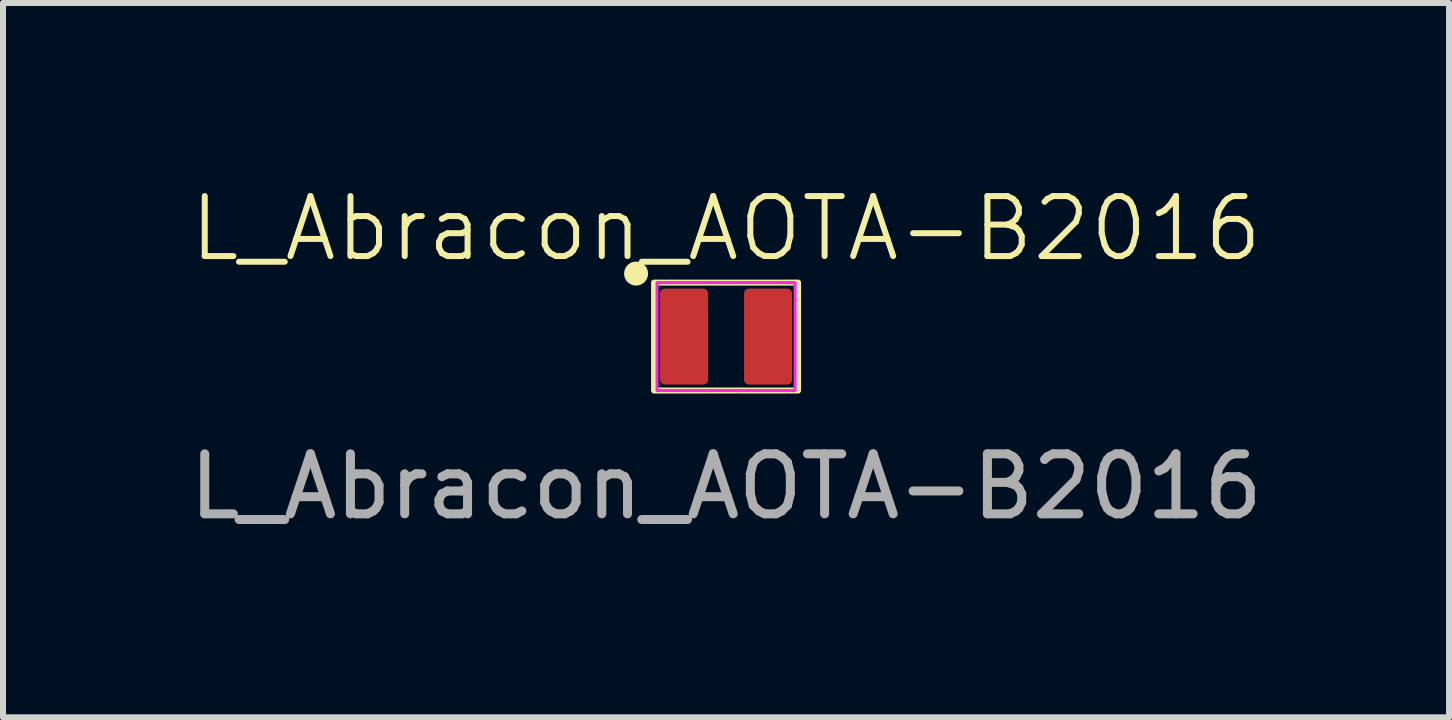
<source format=kicad_pcb>
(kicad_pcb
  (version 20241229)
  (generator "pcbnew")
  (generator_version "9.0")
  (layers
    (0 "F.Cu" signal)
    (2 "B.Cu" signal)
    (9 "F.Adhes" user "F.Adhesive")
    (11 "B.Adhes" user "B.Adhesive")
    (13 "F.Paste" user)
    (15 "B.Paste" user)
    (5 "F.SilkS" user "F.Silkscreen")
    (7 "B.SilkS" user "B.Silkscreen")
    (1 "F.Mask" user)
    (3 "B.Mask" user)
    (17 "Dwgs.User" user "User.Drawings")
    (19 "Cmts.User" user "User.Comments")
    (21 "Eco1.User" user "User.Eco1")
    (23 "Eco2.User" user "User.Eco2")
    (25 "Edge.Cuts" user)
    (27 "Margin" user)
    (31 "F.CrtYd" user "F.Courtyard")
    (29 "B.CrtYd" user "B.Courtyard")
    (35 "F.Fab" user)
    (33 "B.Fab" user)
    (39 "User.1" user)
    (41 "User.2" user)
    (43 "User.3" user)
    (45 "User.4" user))
  (footprint "L_Abracon_AOTA-B2016"
    (layer "F.Cu")
    (at 9.054 2.561)
    (property "Reference" "L_Abracon_AOTA-B2016" (at 0 -1.8 0) (unlocked yes) (layer "F.SilkS") (effects (font (size 1 1) (thickness 0.1))))
    (attr smd)
    (fp_rect (start -1.2 -0.9) (end 1.2 0.9) (stroke (width 0.1) (type solid)) (fill no) (layer "F.SilkS"))
    (fp_circle (center -1.5 -1.05) (end -1.65 -1.05) (stroke (width 0.1) (type solid)) (fill yes) (layer "F.SilkS"))
    (fp_rect (start -1.15 -0.9) (end 1.15 0.9) (stroke (width 0.05) (type default)) (fill no) (layer "F.CrtYd"))
    (fp_text user "${REFERENCE}" (at 0 2.5 0) (unlocked yes) (layer "F.Fab") (effects (font (size 1 1) (thickness 0.15))))
    (pad "1" smd roundrect (at -0.7 0) (size 0.8 1.6) (layers "F.Cu" "F.Mask" "F.Paste") (roundrect_rratio 0.1))
    (pad "2" smd roundrect (at 0.7 0) (size 0.8 1.6) (layers "F.Cu" "F.Mask" "F.Paste") (roundrect_rratio 0.1)))
  (gr_rect
    (start -3 -3)
    (end 21.107 8.909)
    (stroke (width 0.1) (type default))
    (fill no)
    (layer "Edge.Cuts")))
</source>
